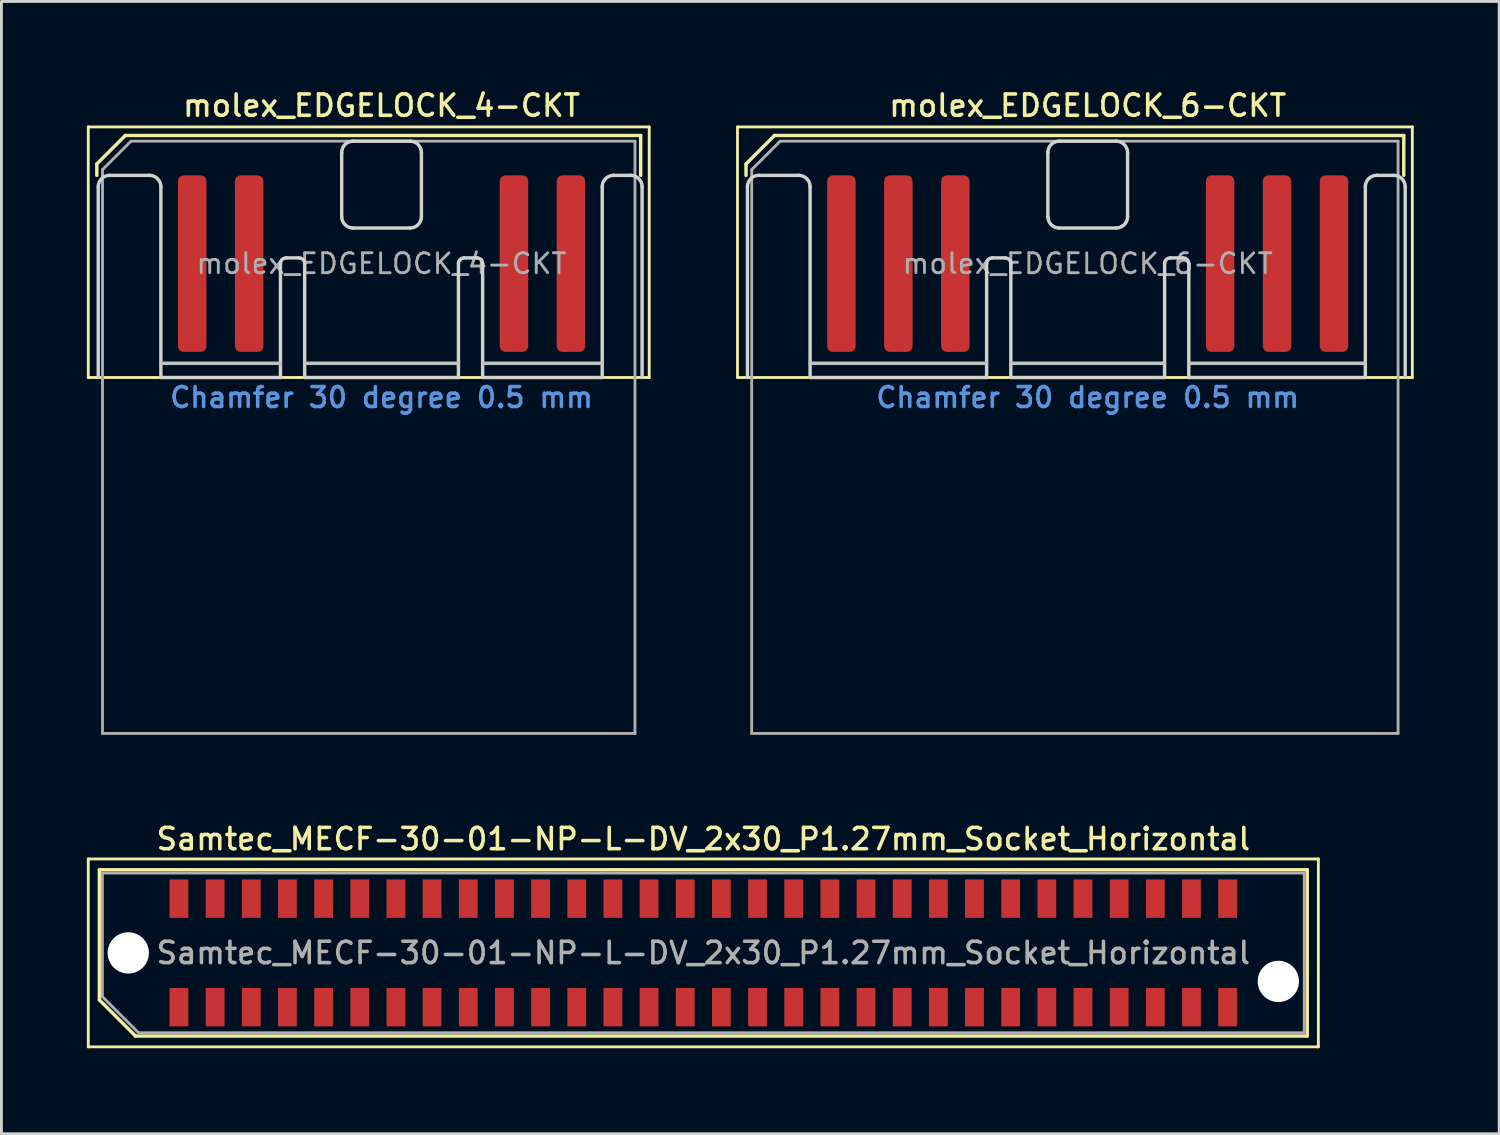
<source format=kicad_pcb>
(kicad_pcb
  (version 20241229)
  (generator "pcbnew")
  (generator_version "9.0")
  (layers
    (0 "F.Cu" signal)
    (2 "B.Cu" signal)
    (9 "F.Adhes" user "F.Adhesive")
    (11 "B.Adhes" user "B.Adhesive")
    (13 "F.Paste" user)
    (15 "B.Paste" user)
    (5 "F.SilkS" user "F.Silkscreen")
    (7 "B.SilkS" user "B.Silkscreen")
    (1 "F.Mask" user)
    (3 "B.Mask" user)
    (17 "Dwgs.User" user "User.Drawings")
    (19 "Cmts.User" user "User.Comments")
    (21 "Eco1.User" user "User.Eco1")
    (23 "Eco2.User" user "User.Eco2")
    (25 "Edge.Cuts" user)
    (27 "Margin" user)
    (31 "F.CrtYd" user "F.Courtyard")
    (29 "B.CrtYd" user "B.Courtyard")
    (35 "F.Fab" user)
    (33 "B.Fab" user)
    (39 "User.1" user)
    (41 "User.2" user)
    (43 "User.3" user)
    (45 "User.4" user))
  (footprint "Samtec_MECF-30-01-NP-L-DV_2x30_P1.27mm_Socket_Horizontal"
    (layer "F.Cu")
    (at 21.65 30.416)
    (property "Reference" "Samtec_MECF-30-01-NP-L-DV_2x30_P1.27mm_Socket_Horizontal" (at 0 -4 0) (layer "F.SilkS") (effects (font (size 0.75 0.75) (thickness 0.125))))
    (attr smd)
    (fp_line (start -21.6 -3.3) (end -21.6 3.3) (stroke (width 0.1) (type solid)) (layer "F.SilkS"))
    (fp_line (start -21.6 3.3) (end 21.6 3.3) (stroke (width 0.1) (type solid)) (layer "F.SilkS"))
    (fp_line (start -21.21 -2.92) (end 21.21 -2.92) (stroke (width 0.12) (type solid)) (layer "F.SilkS"))
    (fp_line (start -21.21 1.65) (end -21.21 -2.92) (stroke (width 0.12) (type solid)) (layer "F.SilkS"))
    (fp_line (start -19.94 2.92) (end -21.21 1.65) (stroke (width 0.12) (type solid)) (layer "F.SilkS"))
    (fp_line (start -19.94 2.92) (end 21.21 2.92) (stroke (width 0.12) (type solid)) (layer "F.SilkS"))
    (fp_line (start 21.21 2.92) (end 21.21 -2.92) (stroke (width 0.12) (type solid)) (layer "F.SilkS"))
    (fp_line (start 21.6 -3.3) (end -21.6 -3.3) (stroke (width 0.1) (type solid)) (layer "F.SilkS"))
    (fp_line (start 21.6 3.3) (end 21.6 -3.3) (stroke (width 0.1) (type solid)) (layer "F.SilkS"))
    (fp_line (start -21.105 -2.805) (end 21.105 -2.805) (stroke (width 0.1) (type solid)) (layer "F.Fab"))
    (fp_line (start -21.105 1.535) (end -21.105 -2.805) (stroke (width 0.1) (type solid)) (layer "F.Fab"))
    (fp_line (start -21.105 1.535) (end -19.835 2.805) (stroke (width 0.1) (type solid)) (layer "F.Fab"))
    (fp_line (start -19.835 2.805) (end 21.105 2.805) (stroke (width 0.1) (type solid)) (layer "F.Fab"))
    (fp_line (start 21.105 2.805) (end 21.105 -2.805) (stroke (width 0.1) (type solid)) (layer "F.Fab"))
    (fp_text user "${REFERENCE}" (at 0 0 0) (layer "F.Fab") (effects (font (size 0.75 0.75) (thickness 0.125))))
    (pad "" np_thru_hole circle (at -20.195 0) (size 1.45 1.45) (drill 1.45) (layers "*.Cu" "*.Mask"))
    (pad "" np_thru_hole circle (at 20.195 1) (size 1.45 1.45) (drill 1.45) (layers "*.Cu" "*.Mask"))
    (pad "1" smd rect (at -18.415 1.905) (size 0.66 1.35) (layers "F.Cu" "F.Mask" "F.Paste"))
    (pad "2" smd rect (at -18.415 -1.905) (size 0.66 1.35) (layers "F.Cu" "F.Mask" "F.Paste"))
    (pad "3" smd rect (at -17.145 1.905) (size 0.66 1.35) (layers "F.Cu" "F.Mask" "F.Paste"))
    (pad "4" smd rect (at -17.145 -1.905) (size 0.66 1.35) (layers "F.Cu" "F.Mask" "F.Paste"))
    (pad "5" smd rect (at -15.875 1.905) (size 0.66 1.35) (layers "F.Cu" "F.Mask" "F.Paste"))
    (pad "6" smd rect (at -15.875 -1.905) (size 0.66 1.35) (layers "F.Cu" "F.Mask" "F.Paste"))
    (pad "7" smd rect (at -14.605 1.905) (size 0.66 1.35) (layers "F.Cu" "F.Mask" "F.Paste"))
    (pad "8" smd rect (at -14.605 -1.905) (size 0.66 1.35) (layers "F.Cu" "F.Mask" "F.Paste"))
    (pad "9" smd rect (at -13.335 1.905) (size 0.66 1.35) (layers "F.Cu" "F.Mask" "F.Paste"))
    (pad "10" smd rect (at -13.335 -1.905) (size 0.66 1.35) (layers "F.Cu" "F.Mask" "F.Paste"))
    (pad "11" smd rect (at -12.065 1.905) (size 0.66 1.35) (layers "F.Cu" "F.Mask" "F.Paste"))
    (pad "12" smd rect (at -12.065 -1.905) (size 0.66 1.35) (layers "F.Cu" "F.Mask" "F.Paste"))
    (pad "13" smd rect (at -10.795 1.905) (size 0.66 1.35) (layers "F.Cu" "F.Mask" "F.Paste"))
    (pad "14" smd rect (at -10.795 -1.905) (size 0.66 1.35) (layers "F.Cu" "F.Mask" "F.Paste"))
    (pad "15" smd rect (at -9.525 1.905) (size 0.66 1.35) (layers "F.Cu" "F.Mask" "F.Paste"))
    (pad "16" smd rect (at -9.525 -1.905) (size 0.66 1.35) (layers "F.Cu" "F.Mask" "F.Paste"))
    (pad "17" smd rect (at -8.255 1.905) (size 0.66 1.35) (layers "F.Cu" "F.Mask" "F.Paste"))
    (pad "18" smd rect (at -8.255 -1.905) (size 0.66 1.35) (layers "F.Cu" "F.Mask" "F.Paste"))
    (pad "19" smd rect (at -6.985 1.905) (size 0.66 1.35) (layers "F.Cu" "F.Mask" "F.Paste"))
    (pad "20" smd rect (at -6.985 -1.905) (size 0.66 1.35) (layers "F.Cu" "F.Mask" "F.Paste"))
    (pad "21" smd rect (at -5.715 1.905) (size 0.66 1.35) (layers "F.Cu" "F.Mask" "F.Paste"))
    (pad "22" smd rect (at -5.715 -1.905) (size 0.66 1.35) (layers "F.Cu" "F.Mask" "F.Paste"))
    (pad "23" smd rect (at -4.445 1.905) (size 0.66 1.35) (layers "F.Cu" "F.Mask" "F.Paste"))
    (pad "24" smd rect (at -4.445 -1.905) (size 0.66 1.35) (layers "F.Cu" "F.Mask" "F.Paste"))
    (pad "25" smd rect (at -3.175 1.905) (size 0.66 1.35) (layers "F.Cu" "F.Mask" "F.Paste"))
    (pad "26" smd rect (at -3.175 -1.905) (size 0.66 1.35) (layers "F.Cu" "F.Mask" "F.Paste"))
    (pad "27" smd rect (at -1.905 1.905) (size 0.66 1.35) (layers "F.Cu" "F.Mask" "F.Paste"))
    (pad "28" smd rect (at -1.905 -1.905) (size 0.66 1.35) (layers "F.Cu" "F.Mask" "F.Paste"))
    (pad "29" smd rect (at -0.635 1.905) (size 0.66 1.35) (layers "F.Cu" "F.Mask" "F.Paste"))
    (pad "30" smd rect (at -0.635 -1.905) (size 0.66 1.35) (layers "F.Cu" "F.Mask" "F.Paste"))
    (pad "31" smd rect (at 0.635 1.905) (size 0.66 1.35) (layers "F.Cu" "F.Mask" "F.Paste"))
    (pad "32" smd rect (at 0.635 -1.905) (size 0.66 1.35) (layers "F.Cu" "F.Mask" "F.Paste"))
    (pad "33" smd rect (at 1.905 1.905) (size 0.66 1.35) (layers "F.Cu" "F.Mask" "F.Paste"))
    (pad "34" smd rect (at 1.905 -1.905) (size 0.66 1.35) (layers "F.Cu" "F.Mask" "F.Paste"))
    (pad "35" smd rect (at 3.175 1.905) (size 0.66 1.35) (layers "F.Cu" "F.Mask" "F.Paste"))
    (pad "36" smd rect (at 3.175 -1.905) (size 0.66 1.35) (layers "F.Cu" "F.Mask" "F.Paste"))
    (pad "37" smd rect (at 4.445 1.905) (size 0.66 1.35) (layers "F.Cu" "F.Mask" "F.Paste"))
    (pad "38" smd rect (at 4.445 -1.905) (size 0.66 1.35) (layers "F.Cu" "F.Mask" "F.Paste"))
    (pad "39" smd rect (at 5.715 1.905) (size 0.66 1.35) (layers "F.Cu" "F.Mask" "F.Paste"))
    (pad "40" smd rect (at 5.715 -1.905) (size 0.66 1.35) (layers "F.Cu" "F.Mask" "F.Paste"))
    (pad "41" smd rect (at 6.985 1.905) (size 0.66 1.35) (layers "F.Cu" "F.Mask" "F.Paste"))
    (pad "42" smd rect (at 6.985 -1.905) (size 0.66 1.35) (layers "F.Cu" "F.Mask" "F.Paste"))
    (pad "43" smd rect (at 8.255 1.905) (size 0.66 1.35) (layers "F.Cu" "F.Mask" "F.Paste"))
    (pad "44" smd rect (at 8.255 -1.905) (size 0.66 1.35) (layers "F.Cu" "F.Mask" "F.Paste"))
    (pad "45" smd rect (at 9.525 1.905) (size 0.66 1.35) (layers "F.Cu" "F.Mask" "F.Paste"))
    (pad "46" smd rect (at 9.525 -1.905) (size 0.66 1.35) (layers "F.Cu" "F.Mask" "F.Paste"))
    (pad "47" smd rect (at 10.795 1.905) (size 0.66 1.35) (layers "F.Cu" "F.Mask" "F.Paste"))
    (pad "48" smd rect (at 10.795 -1.905) (size 0.66 1.35) (layers "F.Cu" "F.Mask" "F.Paste"))
    (pad "49" smd rect (at 12.065 1.905) (size 0.66 1.35) (layers "F.Cu" "F.Mask" "F.Paste"))
    (pad "50" smd rect (at 12.065 -1.905) (size 0.66 1.35) (layers "F.Cu" "F.Mask" "F.Paste"))
    (pad "51" smd rect (at 13.335 1.905) (size 0.66 1.35) (layers "F.Cu" "F.Mask" "F.Paste"))
    (pad "52" smd rect (at 13.335 -1.905) (size 0.66 1.35) (layers "F.Cu" "F.Mask" "F.Paste"))
    (pad "53" smd rect (at 14.605 1.905) (size 0.66 1.35) (layers "F.Cu" "F.Mask" "F.Paste"))
    (pad "54" smd rect (at 14.605 -1.905) (size 0.66 1.35) (layers "F.Cu" "F.Mask" "F.Paste"))
    (pad "55" smd rect (at 15.875 1.905) (size 0.66 1.35) (layers "F.Cu" "F.Mask" "F.Paste"))
    (pad "56" smd rect (at 15.875 -1.905) (size 0.66 1.35) (layers "F.Cu" "F.Mask" "F.Paste"))
    (pad "57" smd rect (at 17.145 1.905) (size 0.66 1.35) (layers "F.Cu" "F.Mask" "F.Paste"))
    (pad "58" smd rect (at 17.145 -1.905) (size 0.66 1.35) (layers "F.Cu" "F.Mask" "F.Paste"))
    (pad "59" smd rect (at 18.415 1.905) (size 0.66 1.35) (layers "F.Cu" "F.Mask" "F.Paste"))
    (pad "60" smd rect (at 18.415 -1.905) (size 0.66 1.35) (layers "F.Cu" "F.Mask" "F.Paste")))
  (footprint "molex_EDGELOCK_6-CKT"
    (layer "F.Cu")
    (at 35.15 6.208)
    (property "Reference" "molex_EDGELOCK_6-CKT" (at 0 -5.55 0) (layer "F.SilkS") (effects (font (size 0.75 0.75) (thickness 0.125))))
    (attr exclude_from_pos_files exclude_from_bom)
    (fp_line (start -12.3 -4.8) (end -12.3 4) (stroke (width 0.1) (type solid)) (layer "F.SilkS"))
    (fp_line (start -12.3 4) (end 11.4 4) (stroke (width 0.1) (type solid)) (layer "F.SilkS"))
    (fp_line (start -12 -3.5) (end -11 -4.5) (stroke (width 0.12) (type solid)) (layer "F.SilkS"))
    (fp_line (start -12 -3.1) (end -12 -3.5) (stroke (width 0.12) (type solid)) (layer "F.SilkS"))
    (fp_line (start -11 -4.5) (end 11.1 -4.5) (stroke (width 0.12) (type solid)) (layer "F.SilkS"))
    (fp_line (start 11.1 -4.5) (end 11.1 -3.1) (stroke (width 0.12) (type solid)) (layer "F.SilkS"))
    (fp_line (start 11.4 -4.8) (end -12.3 -4.8) (stroke (width 0.1) (type solid)) (layer "F.SilkS"))
    (fp_line (start 11.4 4) (end 11.4 -4.8) (stroke (width 0.1) (type solid)) (layer "F.SilkS"))
    (fp_line (start -9.75 3.5) (end -3.55 3.5) (stroke (width 0.12) (type solid)) (layer "Dwgs.User"))
    (fp_line (start -2.7 3.5) (end 2.7 3.5) (stroke (width 0.12) (type solid)) (layer "Dwgs.User"))
    (fp_line (start 3.55 3.5) (end 9.75 3.5) (stroke (width 0.12) (type solid)) (layer "Dwgs.User"))
    (fp_line (start -11.95 4) (end -11.95 -2.7) (stroke (width 0.12) (type solid)) (layer "Edge.Cuts"))
    (fp_line (start -11.55 -3.1) (end -10.15 -3.1) (stroke (width 0.12) (type solid)) (layer "Edge.Cuts"))
    (fp_line (start -9.75 -2.7) (end -9.75 4) (stroke (width 0.12) (type solid)) (layer "Edge.Cuts"))
    (fp_line (start -9.75 4) (end -3.55 4) (stroke (width 0.12) (type solid)) (layer "Edge.Cuts"))
    (fp_line (start -3.55 4) (end -3.55 0) (stroke (width 0.12) (type solid)) (layer "Edge.Cuts"))
    (fp_line (start -3.35 -0.2) (end -2.9 -0.2) (stroke (width 0.12) (type solid)) (layer "Edge.Cuts"))
    (fp_line (start -2.7 0) (end -2.7 4) (stroke (width 0.12) (type solid)) (layer "Edge.Cuts"))
    (fp_line (start -2.7 4) (end 2.7 4) (stroke (width 0.12) (type solid)) (layer "Edge.Cuts"))
    (fp_line (start -1.4 -3.9) (end -1.4 -1.65) (stroke (width 0.12) (type solid)) (layer "Edge.Cuts"))
    (fp_line (start -1 -1.25) (end 1 -1.25) (stroke (width 0.12) (type solid)) (layer "Edge.Cuts"))
    (fp_line (start 1 -4.3) (end -1 -4.3) (stroke (width 0.12) (type solid)) (layer "Edge.Cuts"))
    (fp_line (start 1.4 -1.65) (end 1.4 -3.9) (stroke (width 0.12) (type solid)) (layer "Edge.Cuts"))
    (fp_line (start 2.7 4) (end 2.7 0) (stroke (width 0.12) (type solid)) (layer "Edge.Cuts"))
    (fp_line (start 2.9 -0.2) (end 3.35 -0.2) (stroke (width 0.12) (type solid)) (layer "Edge.Cuts"))
    (fp_line (start 3.55 0) (end 3.55 4) (stroke (width 0.12) (type solid)) (layer "Edge.Cuts"))
    (fp_line (start 3.55 4) (end 9.75 4) (stroke (width 0.12) (type solid)) (layer "Edge.Cuts"))
    (fp_line (start 9.75 4) (end 9.75 -2.7) (stroke (width 0.12) (type solid)) (layer "Edge.Cuts"))
    (fp_line (start 10.15 -3.1) (end 10.75 -3.1) (stroke (width 0.12) (type solid)) (layer "Edge.Cuts"))
    (fp_line (start 11.15 -2.7) (end 11.15 4) (stroke (width 0.12) (type solid)) (layer "Edge.Cuts"))
    (fp_arc (start -11.95 -2.7) (mid -11.832843 -2.982843) (end -11.55 -3.1) (stroke (width 0.12) (type solid)) (layer "Edge.Cuts"))
    (fp_arc (start -10.15 -3.1) (mid -9.867157 -2.982843) (end -9.75 -2.7) (stroke (width 0.12) (type solid)) (layer "Edge.Cuts"))
    (fp_arc (start -3.55 0) (mid -3.491421 -0.141421) (end -3.35 -0.2) (stroke (width 0.12) (type solid)) (layer "Edge.Cuts"))
    (fp_arc (start -2.9 -0.2) (mid -2.758579 -0.141421) (end -2.7 0) (stroke (width 0.12) (type solid)) (layer "Edge.Cuts"))
    (fp_arc (start -1.4 -3.9) (mid -1.282843 -4.182843) (end -1 -4.3) (stroke (width 0.12) (type solid)) (layer "Edge.Cuts"))
    (fp_arc (start -1 -1.25) (mid -1.282843 -1.367157) (end -1.4 -1.65) (stroke (width 0.12) (type solid)) (layer "Edge.Cuts"))
    (fp_arc (start 1 -4.3) (mid 1.282843 -4.182843) (end 1.4 -3.9) (stroke (width 0.12) (type solid)) (layer "Edge.Cuts"))
    (fp_arc (start 1.4 -1.65) (mid 1.282843 -1.367157) (end 1 -1.25) (stroke (width 0.12) (type solid)) (layer "Edge.Cuts"))
    (fp_arc (start 2.7 0) (mid 2.758579 -0.141421) (end 2.9 -0.2) (stroke (width 0.12) (type solid)) (layer "Edge.Cuts"))
    (fp_arc (start 3.35 -0.2) (mid 3.491421 -0.141421) (end 3.55 0) (stroke (width 0.12) (type solid)) (layer "Edge.Cuts"))
    (fp_arc (start 9.75 -2.7) (mid 9.867157 -2.982843) (end 10.15 -3.1) (stroke (width 0.12) (type solid)) (layer "Edge.Cuts"))
    (fp_arc (start 10.75 -3.1) (mid 11.032843 -2.982843) (end 11.15 -2.7) (stroke (width 0.12) (type solid)) (layer "Edge.Cuts"))
    (fp_line (start -11.8 -3.3) (end -10.8 -4.3) (stroke (width 0.1) (type solid)) (layer "F.Fab"))
    (fp_line (start -11.8 16.5) (end -11.8 -3.3) (stroke (width 0.1) (type solid)) (layer "F.Fab"))
    (fp_line (start -10.8 -4.3) (end 10.9 -4.3) (stroke (width 0.1) (type solid)) (layer "F.Fab"))
    (fp_line (start 10.9 -4.3) (end 10.9 16.5) (stroke (width 0.1) (type solid)) (layer "F.Fab"))
    (fp_line (start 10.9 16.5) (end -11.8 16.5) (stroke (width 0.1) (type solid)) (layer "F.Fab"))
    (fp_text user "Chamfer 30 degree 0.5 mm" (at 0 4.7 0) (layer "Cmts.User") (effects (font (size 0.7 0.7) (thickness 0.125))))
    (fp_text user "${REFERENCE}" (at 0 0 0) (layer "F.Fab") (effects (font (size 0.7 0.7) (thickness 0.1))))
    (pad "1" connect roundrect (at -8.65 0) (size 1 6.2) (layers "F.Cu" "F.Mask") (roundrect_rratio 0.2))
    (pad "2" connect roundrect (at -6.65 0) (size 1 6.2) (layers "F.Cu" "F.Mask") (roundrect_rratio 0.2))
    (pad "3" connect roundrect (at -4.65 0) (size 1 6.2) (layers "F.Cu" "F.Mask") (roundrect_rratio 0.2))
    (pad "4" connect roundrect (at 4.65 0) (size 1 6.2) (layers "F.Cu" "F.Mask") (roundrect_rratio 0.2))
    (pad "5" connect roundrect (at 6.65 0) (size 1 6.2) (layers "F.Cu" "F.Mask") (roundrect_rratio 0.2))
    (pad "6" connect roundrect (at 8.65 0) (size 1 6.2) (layers "F.Cu" "F.Mask") (roundrect_rratio 0.2)))
  (footprint "molex_EDGELOCK_4-CKT"
    (layer "F.Cu")
    (at 10.35 6.208)
    (property "Reference" "molex_EDGELOCK_4-CKT" (at 0 -5.55 0) (layer "F.SilkS") (effects (font (size 0.75 0.75) (thickness 0.125))))
    (attr exclude_from_pos_files exclude_from_bom)
    (fp_line (start -10.3 -4.8) (end -10.3 4) (stroke (width 0.1) (type solid)) (layer "F.SilkS"))
    (fp_line (start -10.3 4) (end 9.4 4) (stroke (width 0.1) (type solid)) (layer "F.SilkS"))
    (fp_line (start -10 -3.5) (end -9 -4.5) (stroke (width 0.12) (type solid)) (layer "F.SilkS"))
    (fp_line (start -10 -3.1) (end -10 -3.5) (stroke (width 0.12) (type solid)) (layer "F.SilkS"))
    (fp_line (start -9 -4.5) (end 9.1 -4.5) (stroke (width 0.12) (type solid)) (layer "F.SilkS"))
    (fp_line (start 9.1 -4.5) (end 9.1 -3.1) (stroke (width 0.12) (type solid)) (layer "F.SilkS"))
    (fp_line (start 9.4 -4.8) (end -10.3 -4.8) (stroke (width 0.1) (type solid)) (layer "F.SilkS"))
    (fp_line (start 9.4 4) (end 9.4 -4.8) (stroke (width 0.1) (type solid)) (layer "F.SilkS"))
    (fp_line (start -7.75 3.5) (end -3.55 3.5) (stroke (width 0.12) (type solid)) (layer "Dwgs.User"))
    (fp_line (start -2.7 3.5) (end 2.7 3.5) (stroke (width 0.12) (type solid)) (layer "Dwgs.User"))
    (fp_line (start 3.55 3.5) (end 7.75 3.5) (stroke (width 0.12) (type solid)) (layer "Dwgs.User"))
    (fp_line (start -9.95 4) (end -9.95 -2.7) (stroke (width 0.12) (type solid)) (layer "Edge.Cuts"))
    (fp_line (start -9.55 -3.1) (end -8.15 -3.1) (stroke (width 0.12) (type solid)) (layer "Edge.Cuts"))
    (fp_line (start -7.75 -2.7) (end -7.75 4) (stroke (width 0.12) (type solid)) (layer "Edge.Cuts"))
    (fp_line (start -7.75 4) (end -3.55 4) (stroke (width 0.12) (type solid)) (layer "Edge.Cuts"))
    (fp_line (start -3.55 4) (end -3.55 0) (stroke (width 0.12) (type solid)) (layer "Edge.Cuts"))
    (fp_line (start -3.35 -0.2) (end -2.9 -0.2) (stroke (width 0.12) (type solid)) (layer "Edge.Cuts"))
    (fp_line (start -2.7 0) (end -2.7 4) (stroke (width 0.12) (type solid)) (layer "Edge.Cuts"))
    (fp_line (start -2.7 4) (end 2.7 4) (stroke (width 0.12) (type solid)) (layer "Edge.Cuts"))
    (fp_line (start -1.4 -3.9) (end -1.4 -1.65) (stroke (width 0.12) (type solid)) (layer "Edge.Cuts"))
    (fp_line (start -1 -1.25) (end 1 -1.25) (stroke (width 0.12) (type solid)) (layer "Edge.Cuts"))
    (fp_line (start 1 -4.3) (end -1 -4.3) (stroke (width 0.12) (type solid)) (layer "Edge.Cuts"))
    (fp_line (start 1.4 -1.65) (end 1.4 -3.9) (stroke (width 0.12) (type solid)) (layer "Edge.Cuts"))
    (fp_line (start 2.7 4) (end 2.7 0) (stroke (width 0.12) (type solid)) (layer "Edge.Cuts"))
    (fp_line (start 2.9 -0.2) (end 3.35 -0.2) (stroke (width 0.12) (type solid)) (layer "Edge.Cuts"))
    (fp_line (start 3.55 0) (end 3.55 4) (stroke (width 0.12) (type solid)) (layer "Edge.Cuts"))
    (fp_line (start 3.55 4) (end 7.75 4) (stroke (width 0.12) (type solid)) (layer "Edge.Cuts"))
    (fp_line (start 7.75 4) (end 7.75 -2.7) (stroke (width 0.12) (type solid)) (layer "Edge.Cuts"))
    (fp_line (start 8.15 -3.1) (end 8.75 -3.1) (stroke (width 0.12) (type solid)) (layer "Edge.Cuts"))
    (fp_line (start 9.15 -2.7) (end 9.15 4) (stroke (width 0.12) (type solid)) (layer "Edge.Cuts"))
    (fp_arc (start -9.95 -2.7) (mid -9.832843 -2.982843) (end -9.55 -3.1) (stroke (width 0.12) (type solid)) (layer "Edge.Cuts"))
    (fp_arc (start -8.15 -3.1) (mid -7.867157 -2.982843) (end -7.75 -2.7) (stroke (width 0.12) (type solid)) (layer "Edge.Cuts"))
    (fp_arc (start -3.55 0) (mid -3.491421 -0.141421) (end -3.35 -0.2) (stroke (width 0.12) (type solid)) (layer "Edge.Cuts"))
    (fp_arc (start -2.9 -0.2) (mid -2.758579 -0.141421) (end -2.7 0) (stroke (width 0.12) (type solid)) (layer "Edge.Cuts"))
    (fp_arc (start -1.4 -3.9) (mid -1.282843 -4.182843) (end -1 -4.3) (stroke (width 0.12) (type solid)) (layer "Edge.Cuts"))
    (fp_arc (start -1 -1.25) (mid -1.282843 -1.367157) (end -1.4 -1.65) (stroke (width 0.12) (type solid)) (layer "Edge.Cuts"))
    (fp_arc (start 1 -4.3) (mid 1.282843 -4.182843) (end 1.4 -3.9) (stroke (width 0.12) (type solid)) (layer "Edge.Cuts"))
    (fp_arc (start 1.4 -1.65) (mid 1.282843 -1.367157) (end 1 -1.25) (stroke (width 0.12) (type solid)) (layer "Edge.Cuts"))
    (fp_arc (start 2.7 0) (mid 2.758579 -0.141421) (end 2.9 -0.2) (stroke (width 0.12) (type solid)) (layer "Edge.Cuts"))
    (fp_arc (start 3.35 -0.2) (mid 3.491421 -0.141421) (end 3.55 0) (stroke (width 0.12) (type solid)) (layer "Edge.Cuts"))
    (fp_arc (start 7.75 -2.7) (mid 7.867157 -2.982843) (end 8.15 -3.1) (stroke (width 0.12) (type solid)) (layer "Edge.Cuts"))
    (fp_arc (start 8.75 -3.1) (mid 9.032843 -2.982843) (end 9.15 -2.7) (stroke (width 0.12) (type solid)) (layer "Edge.Cuts"))
    (fp_line (start -9.8 -3.3) (end -8.8 -4.3) (stroke (width 0.1) (type solid)) (layer "F.Fab"))
    (fp_line (start -9.8 16.5) (end -9.8 -3.3) (stroke (width 0.1) (type solid)) (layer "F.Fab"))
    (fp_line (start -8.8 -4.3) (end 8.9 -4.3) (stroke (width 0.1) (type solid)) (layer "F.Fab"))
    (fp_line (start 8.9 -4.3) (end 8.9 16.5) (stroke (width 0.1) (type solid)) (layer "F.Fab"))
    (fp_line (start 8.9 16.5) (end -9.8 16.5) (stroke (width 0.1) (type solid)) (layer "F.Fab"))
    (fp_text user "Chamfer 30 degree 0.5 mm" (at 0 4.7 0) (layer "Cmts.User") (effects (font (size 0.7 0.7) (thickness 0.125))))
    (fp_text user "${REFERENCE}" (at 0 0 0) (layer "F.Fab") (effects (font (size 0.7 0.7) (thickness 0.1))))
    (pad "1" connect roundrect (at -6.65 0) (size 1 6.2) (layers "F.Cu" "F.Mask") (roundrect_rratio 0.2))
    (pad "2" connect roundrect (at -4.65 0) (size 1 6.2) (layers "F.Cu" "F.Mask") (roundrect_rratio 0.2))
    (pad "3" connect roundrect (at 4.65 0) (size 1 6.2) (layers "F.Cu" "F.Mask") (roundrect_rratio 0.2))
    (pad "4" connect roundrect (at 6.65 0) (size 1 6.2) (layers "F.Cu" "F.Mask") (roundrect_rratio 0.2)))
  (gr_rect
    (start -3 -3)
    (end 49.6 36.766)
    (stroke (width 0.1) (type default))
    (fill no)
    (layer "Edge.Cuts")))
</source>
